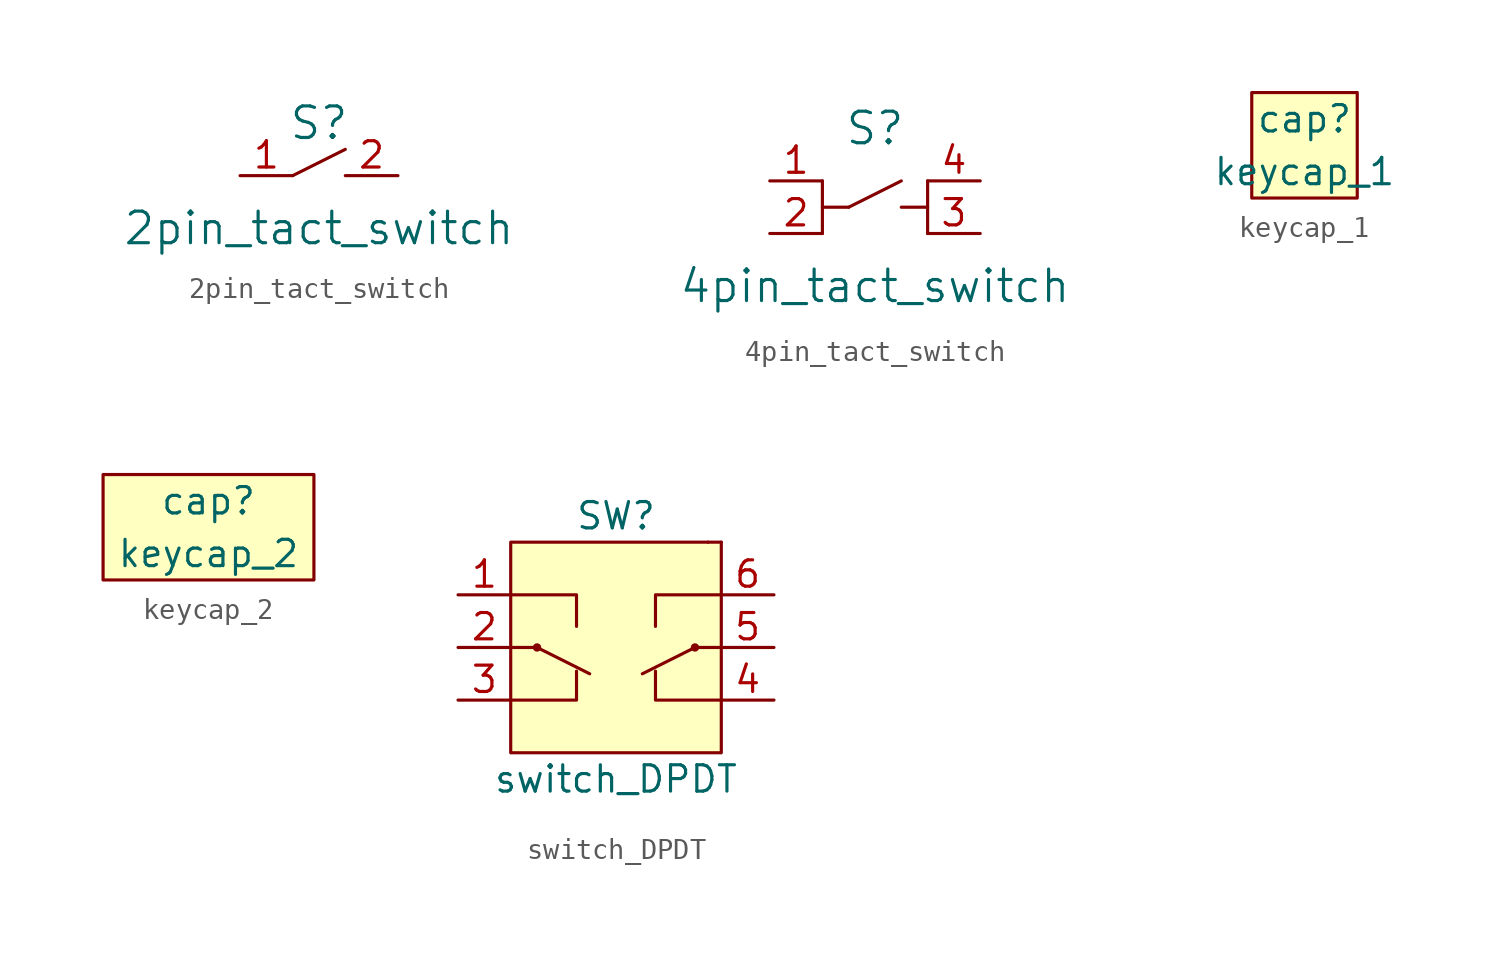
<source format=kicad_sym>
(kicad_symbol_lib
  (version 20231120)
  (generator "kicad_symbol_editor")
  (generator_version "8.0")
  (symbol "2pin_tact_switch"
    (pin_names
      (offset 1.016))
    (property "Reference" "S"
      (at 0 2.54 0)
      (effects (font (size 1.524 1.524))))
    (property "Value" "2pin_tact_switch"
      (at 0 -2.54 0)
      (effects (font (size 1.524 1.524))))
    (symbol "2pin_tact_switch_0_1"
      (polyline (pts (xy 1.27 1.27) (xy -1.27 0)) (stroke (width 0) (type default)) (fill (type none))))
    (symbol "2pin_tact_switch_1_1"
      (pin passive line (at -3.81 0 0) (length 2.54) (name "~" (effects (font (size 1.27 1.27)))) (number "1" (effects (font (size 1.27 1.27)))))
      (pin passive line (at 3.81 0 180) (length 2.54) (name "~" (effects (font (size 1.27 1.27)))) (number "2" (effects (font (size 1.27 1.27)))))))
  (symbol "4pin_tact_switch"
    (pin_names
      (offset 1.016))
    (property "Reference" "S"
      (at 0 3.81 0)
      (effects (font (size 1.524 1.524))))
    (property "Value" "4pin_tact_switch"
      (at 0 -3.81 0)
      (effects (font (size 1.524 1.524))))
    (symbol "4pin_tact_switch_0_1"
      (polyline (pts (xy -2.54 0) (xy -2.54 -1.27)) (stroke (width 0) (type default)) (fill (type none)))
      (polyline (pts (xy 1.27 1.27) (xy -1.27 0)) (stroke (width 0) (type default)) (fill (type none)))
      (polyline (pts (xy 2.54 -1.27) (xy 2.54 1.27)) (stroke (width 0) (type default)) (fill (type none)))
      (polyline (pts (xy 2.54 0) (xy 1.27 0)) (stroke (width 0) (type default)) (fill (type none)))
      (polyline (pts (xy -1.27 0) (xy -2.54 0) (xy -2.54 1.27)) (stroke (width 0) (type default)) (fill (type none))))
    (symbol "4pin_tact_switch_1_1"
      (pin passive line (at -5.08 1.27 0) (length 2.54) (name "~" (effects (font (size 1.27 1.27)))) (number "1" (effects (font (size 1.27 1.27)))))
      (pin passive line (at -5.08 -1.27 0) (length 2.54) (name "~" (effects (font (size 1.27 1.27)))) (number "2" (effects (font (size 1.27 1.27)))))
      (pin passive line (at 5.08 -1.27 180) (length 2.54) (name "~" (effects (font (size 1.27 1.27)))) (number "3" (effects (font (size 1.27 1.27)))))
      (pin passive line (at 5.08 1.27 180) (length 2.54) (name "~" (effects (font (size 1.27 1.27)))) (number "4" (effects (font (size 1.27 1.27)))))))
  (symbol "keycap_1"
    (pin_names
      (offset 1.016))
    (property "Reference" "cap"
      (at 0 1.27 0)
      (effects (font (size 1.27 1.27))))
    (property "Value" "keycap_1"
      (at 0 -1.27 0)
      (effects (font (size 1.27 1.27))))
    (symbol "keycap_1_0_1"
      (rectangle (start -2.54 2.54) (end 2.54 -2.54) (stroke (width 0) (type default)) (fill (type background)))))
  (symbol "keycap_2"
    (pin_names
      (offset 1.016))
    (property "Reference" "cap"
      (at 0 1.27 0)
      (effects (font (size 1.27 1.27))))
    (property "Value" "keycap_2"
      (at 0 -1.27 0)
      (effects (font (size 1.27 1.27))))
    (symbol "keycap_2_0_1"
      (rectangle (start -5.08 2.54) (end 5.08 -2.54) (stroke (width 0) (type default)) (fill (type background)))))
  (symbol "switch_DPDT"
    (pin_names hide)
    (property "Reference" "SW"
      (at 0 6.35 0)
      (effects (font (size 1.27 1.27))))
    (property "Value" "switch_DPDT"
      (at 0 -6.35 0)
      (effects (font (size 1.27 1.27))))
    (symbol "switch_DPDT_0_1"
      (rectangle (start -5.08 5.08) (end 5.08 -5.08) (stroke (width 0) (type default)) (fill (type background)))
      (circle (center -3.81 0) (radius 0.127) (stroke (width 0) (type default)) (fill (type none)))
      (polyline (pts (xy 4.445 5.08) (xy 4.445 5.08)) (stroke (width 0) (type default)) (fill (type none)))
      (polyline (pts (xy -5.08 -2.54) (xy -1.905 -2.54) (xy -1.905 -1.143)) (stroke (width 0) (type default)) (fill (type none)))
      (polyline (pts (xy -5.08 0) (xy -3.81 0) (xy -1.27 -1.27)) (stroke (width 0) (type default)) (fill (type none)))
      (polyline (pts (xy -5.08 2.54) (xy -1.905 2.54) (xy -1.905 1.016)) (stroke (width 0) (type default)) (fill (type none)))
      (polyline (pts (xy 5.08 -2.54) (xy 1.905 -2.54) (xy 1.905 -1.143)) (stroke (width 0) (type default)) (fill (type none)))
      (polyline (pts (xy 5.08 0) (xy 3.81 0) (xy 1.27 -1.27)) (stroke (width 0) (type default)) (fill (type none)))
      (polyline (pts (xy 5.08 2.54) (xy 1.905 2.54) (xy 1.905 1.016)) (stroke (width 0) (type default)) (fill (type none)))
      (circle (center 3.81 0) (radius 0.127) (stroke (width 0) (type default)) (fill (type none)))
      (rectangle (start 5.08 5.08) (end 5.08 5.08) (stroke (width 0) (type default)) (fill (type background))))
    (symbol "switch_DPDT_1_1"
      (pin passive line (at -7.62 2.54 0) (length 2.54) (name "SW1_P1" (effects (font (size 1.27 1.27)))) (number "1" (effects (font (size 1.27 1.27)))))
      (pin passive line (at -7.62 0 0) (length 2.54) (name "SW1_C1" (effects (font (size 1.27 1.27)))) (number "2" (effects (font (size 1.27 1.27)))))
      (pin passive line (at -7.62 -2.54 0) (length 2.54) (name "SW1_P2" (effects (font (size 1.27 1.27)))) (number "3" (effects (font (size 1.27 1.27)))))
      (pin passive line (at 7.62 -2.54 180) (length 2.54) (name "SW2_P2" (effects (font (size 1.27 1.27)))) (number "4" (effects (font (size 1.27 1.27)))))
      (pin passive line (at 7.62 0 180) (length 2.54) (name "SW2_C1" (effects (font (size 1.27 1.27)))) (number "5" (effects (font (size 1.27 1.27)))))
      (pin passive line (at 7.62 2.54 180) (length 2.54) (name "SW2_P2" (effects (font (size 1.27 1.27)))) (number "6" (effects (font (size 1.27 1.27))))))))
</source>
